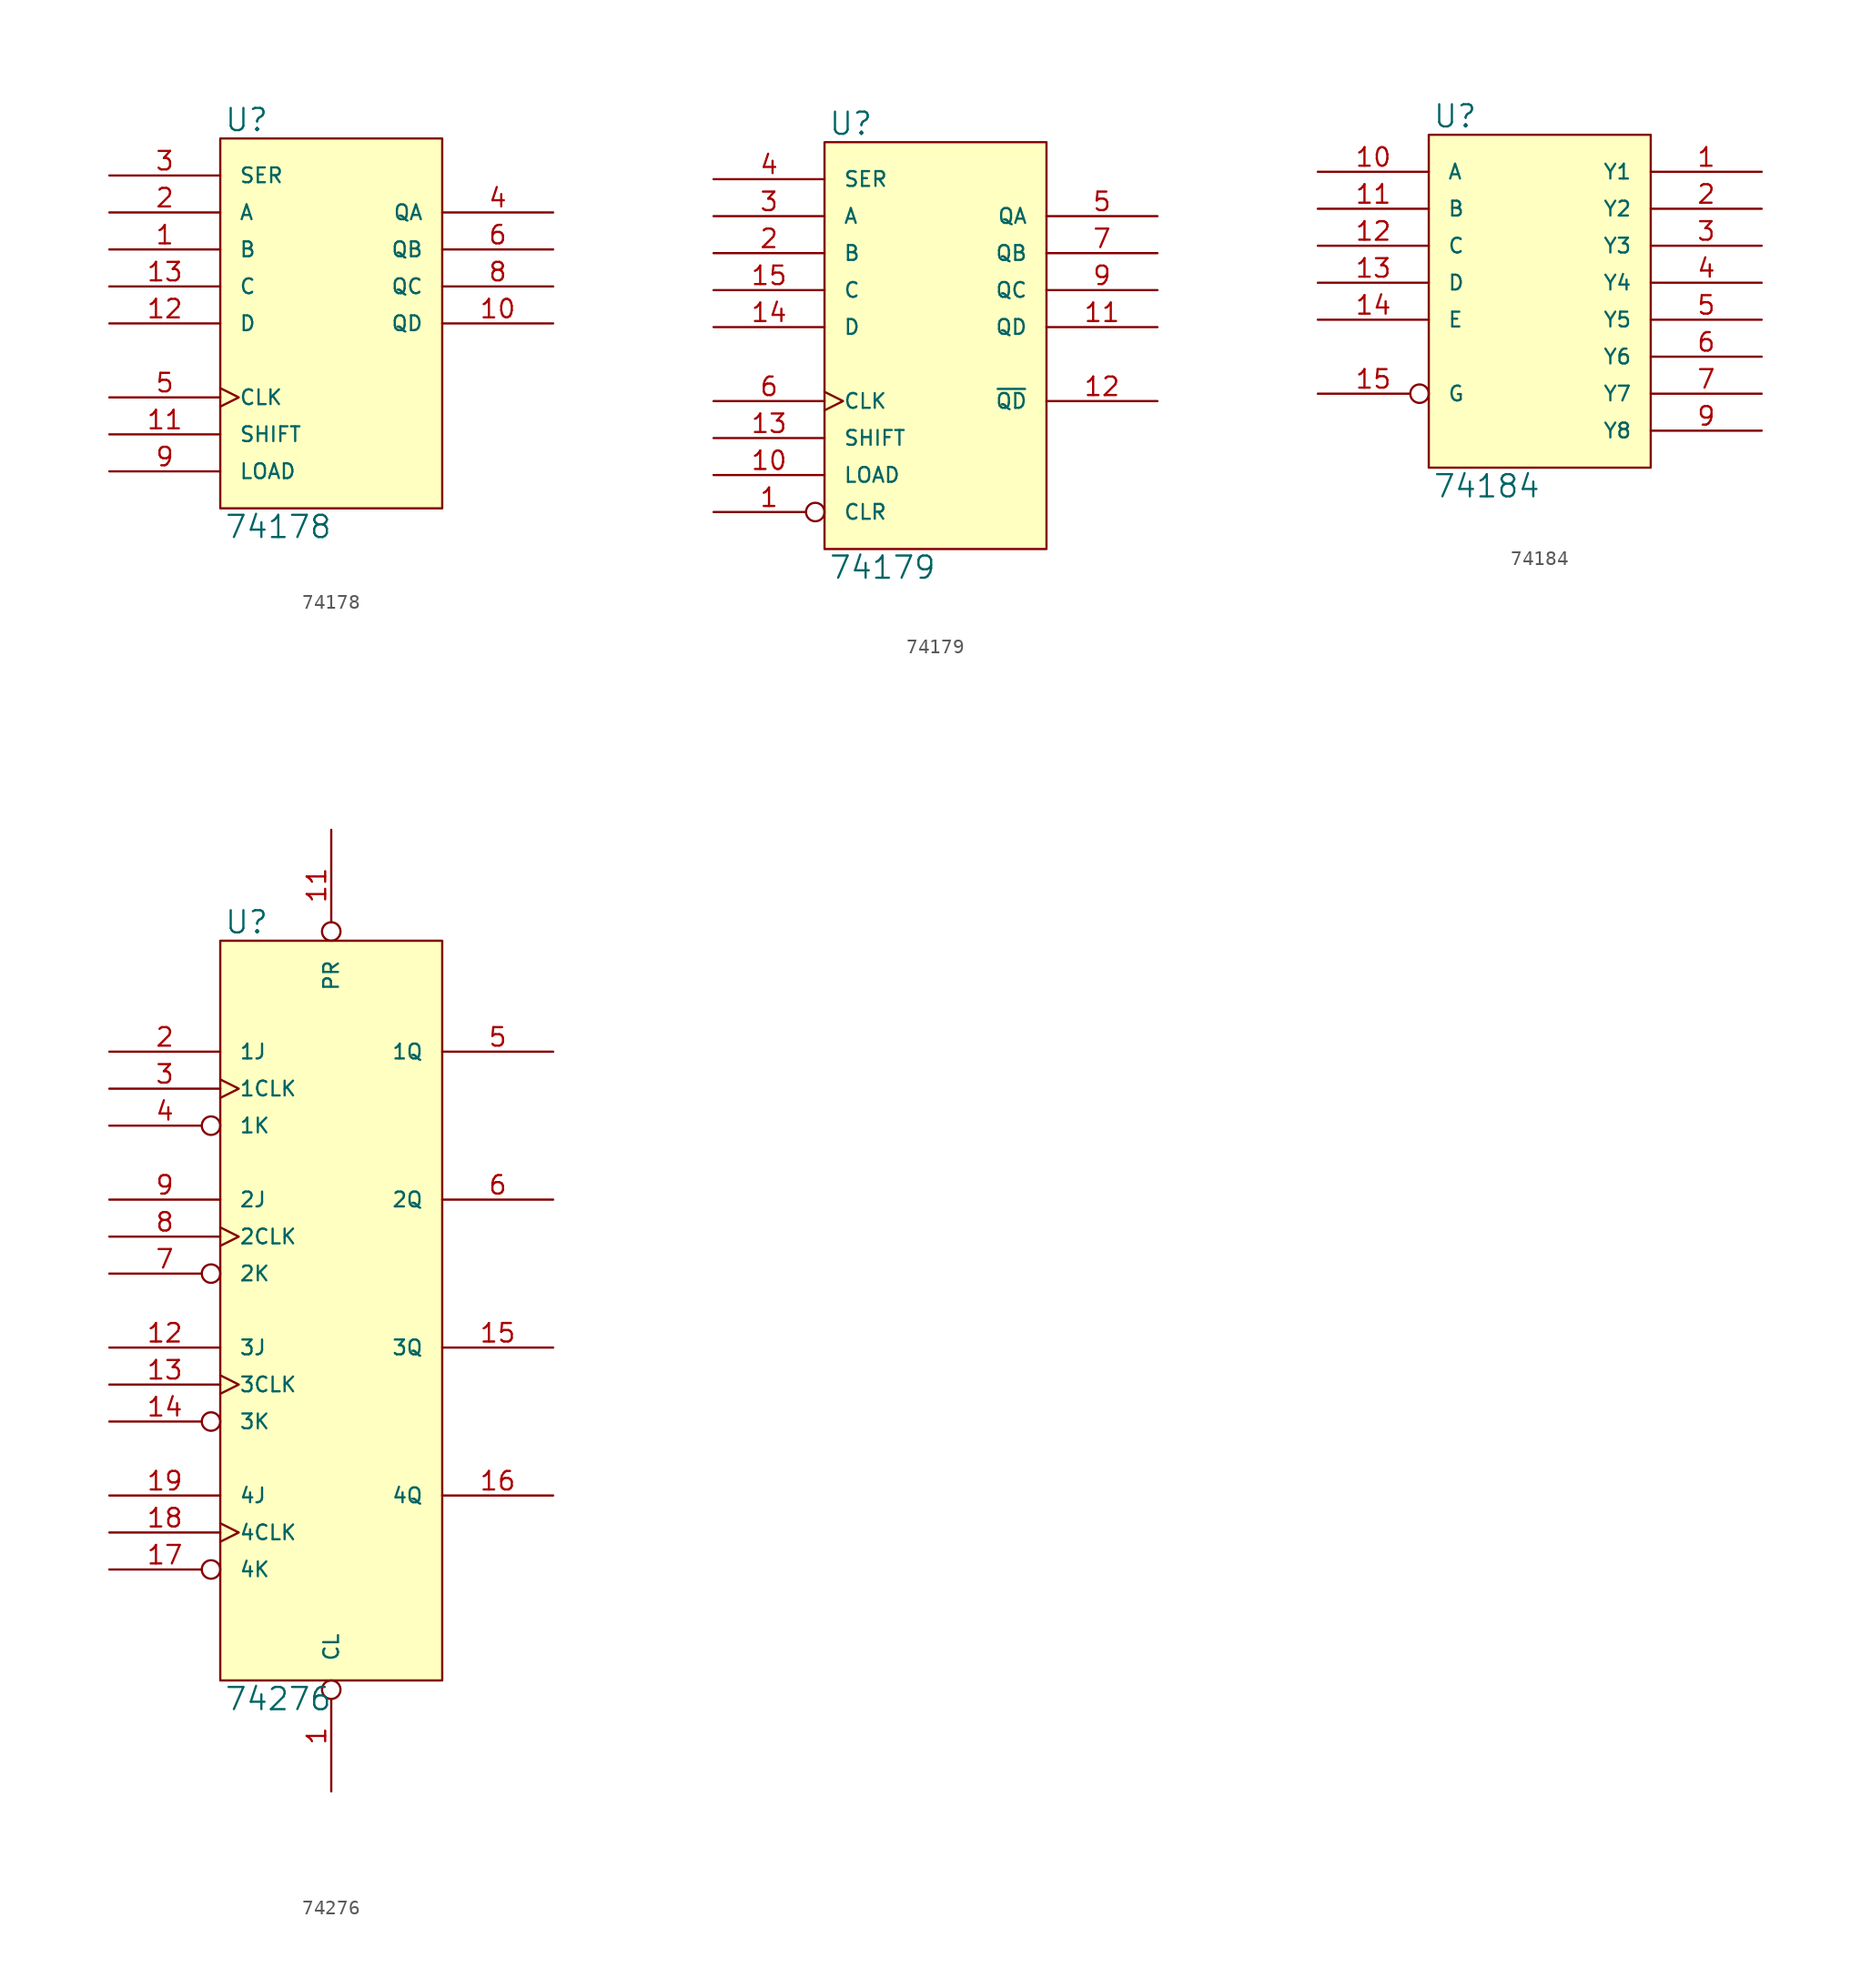
<source format=kicad_sym>
(kicad_symbol_lib
  (version 20231120)
  (generator "kicad_symbol_editor")
  (generator_version "8.0")
  (symbol "74178"
    (pin_names
      (offset 1.27))
    (property "Reference" "U"
      (at 0.254 0.381 0)
      (effects (font (size 1.524 1.524)) (justify left bottom)))
    (property "Value" "74178"
      (at 0.254 -25.781 0)
      (effects (font (size 1.524 1.524)) (justify left top)))
    (symbol "74178_0_1"
      (rectangle (start 0 0) (end 15.24 -25.4) (stroke (width 0) (type solid)) (fill (type background))))
    (symbol "74178_1_1"
      (pin input line (at -7.62 -7.62 0) (length 7.62) (name "B" (effects (font (size 1.016 1.016)))) (number "1" (effects (font (size 1.27 1.27)))))
      (pin output line (at 22.86 -12.7 180) (length 7.62) (name "QD" (effects (font (size 1.016 1.016)))) (number "10" (effects (font (size 1.27 1.27)))))
      (pin input line (at -7.62 -20.32 0) (length 7.62) (name "SHIFT" (effects (font (size 1.016 1.016)))) (number "11" (effects (font (size 1.27 1.27)))))
      (pin input line (at -7.62 -12.7 0) (length 7.62) (name "D" (effects (font (size 1.016 1.016)))) (number "12" (effects (font (size 1.27 1.27)))))
      (pin input line (at -7.62 -10.16 0) (length 7.62) (name "C" (effects (font (size 1.016 1.016)))) (number "13" (effects (font (size 1.27 1.27)))))
      (pin power_in line (at 0 0 270) (length 0) hide (name "VCC" (effects (font (size 1.016 1.016)))) (number "14" (effects (font (size 1.27 1.27)))))
      (pin input line (at -7.62 -5.08 0) (length 7.62) (name "A" (effects (font (size 1.016 1.016)))) (number "2" (effects (font (size 1.27 1.27)))))
      (pin input line (at -7.62 -2.54 0) (length 7.62) (name "SER" (effects (font (size 1.016 1.016)))) (number "3" (effects (font (size 1.27 1.27)))))
      (pin output line (at 22.86 -5.08 180) (length 7.62) (name "QA" (effects (font (size 1.016 1.016)))) (number "4" (effects (font (size 1.27 1.27)))))
      (pin input clock (at -7.62 -17.78 0) (length 7.62) (name "CLK" (effects (font (size 1.016 1.016)))) (number "5" (effects (font (size 1.27 1.27)))))
      (pin output line (at 22.86 -7.62 180) (length 7.62) (name "QB" (effects (font (size 1.016 1.016)))) (number "6" (effects (font (size 1.27 1.27)))))
      (pin power_in line (at 0 -25.4 90) (length 0) hide (name "GND" (effects (font (size 1.016 1.016)))) (number "7" (effects (font (size 1.27 1.27)))))
      (pin output line (at 22.86 -10.16 180) (length 7.62) (name "QC" (effects (font (size 1.016 1.016)))) (number "8" (effects (font (size 1.27 1.27)))))
      (pin input line (at -7.62 -22.86 0) (length 7.62) (name "LOAD" (effects (font (size 1.016 1.016)))) (number "9" (effects (font (size 1.27 1.27)))))))
  (symbol "74179"
    (pin_names
      (offset 1.27))
    (property "Reference" "U"
      (at 0.254 0.381 0)
      (effects (font (size 1.524 1.524)) (justify left bottom)))
    (property "Value" "74179"
      (at 0.254 -28.321 0)
      (effects (font (size 1.524 1.524)) (justify left top)))
    (symbol "74179_0_1"
      (rectangle (start 0 0) (end 15.24 -27.94) (stroke (width 0) (type solid)) (fill (type background))))
    (symbol "74179_1_1"
      (pin input inverted (at -7.62 -25.4 0) (length 7.62) (name "CLR" (effects (font (size 1.016 1.016)))) (number "1" (effects (font (size 1.27 1.27)))))
      (pin input line (at -7.62 -22.86 0) (length 7.62) (name "LOAD" (effects (font (size 1.016 1.016)))) (number "10" (effects (font (size 1.27 1.27)))))
      (pin output line (at 22.86 -12.7 180) (length 7.62) (name "QD" (effects (font (size 1.016 1.016)))) (number "11" (effects (font (size 1.27 1.27)))))
      (pin output line (at 22.86 -17.78 180) (length 7.62) (name "~{QD}" (effects (font (size 1.016 1.016)))) (number "12" (effects (font (size 1.27 1.27)))))
      (pin input line (at -7.62 -20.32 0) (length 7.62) (name "SHIFT" (effects (font (size 1.016 1.016)))) (number "13" (effects (font (size 1.27 1.27)))))
      (pin input line (at -7.62 -12.7 0) (length 7.62) (name "D" (effects (font (size 1.016 1.016)))) (number "14" (effects (font (size 1.27 1.27)))))
      (pin input line (at -7.62 -10.16 0) (length 7.62) (name "C" (effects (font (size 1.016 1.016)))) (number "15" (effects (font (size 1.27 1.27)))))
      (pin power_in line (at 0 0 270) (length 0) hide (name "VCC" (effects (font (size 1.016 1.016)))) (number "16" (effects (font (size 1.27 1.27)))))
      (pin input line (at -7.62 -7.62 0) (length 7.62) (name "B" (effects (font (size 1.016 1.016)))) (number "2" (effects (font (size 1.27 1.27)))))
      (pin input line (at -7.62 -5.08 0) (length 7.62) (name "A" (effects (font (size 1.016 1.016)))) (number "3" (effects (font (size 1.27 1.27)))))
      (pin input line (at -7.62 -2.54 0) (length 7.62) (name "SER" (effects (font (size 1.016 1.016)))) (number "4" (effects (font (size 1.27 1.27)))))
      (pin output line (at 22.86 -5.08 180) (length 7.62) (name "QA" (effects (font (size 1.016 1.016)))) (number "5" (effects (font (size 1.27 1.27)))))
      (pin input clock (at -7.62 -17.78 0) (length 7.62) (name "CLK" (effects (font (size 1.016 1.016)))) (number "6" (effects (font (size 1.27 1.27)))))
      (pin output line (at 22.86 -7.62 180) (length 7.62) (name "QB" (effects (font (size 1.016 1.016)))) (number "7" (effects (font (size 1.27 1.27)))))
      (pin power_in line (at 0 -27.94 90) (length 0) hide (name "GND" (effects (font (size 1.016 1.016)))) (number "8" (effects (font (size 1.27 1.27)))))
      (pin output line (at 22.86 -10.16 180) (length 7.62) (name "QC" (effects (font (size 1.016 1.016)))) (number "9" (effects (font (size 1.27 1.27)))))))
  (symbol "74184"
    (pin_names
      (offset 1.27))
    (property "Reference" "U"
      (at 0.254 0.381 0)
      (effects (font (size 1.524 1.524)) (justify left bottom)))
    (property "Value" "74184"
      (at 0.254 -23.241 0)
      (effects (font (size 1.524 1.524)) (justify left top)))
    (symbol "74184_0_1"
      (rectangle (start 0 0) (end 15.24 -22.86) (stroke (width 0) (type solid)) (fill (type background))))
    (symbol "74184_1_1"
      (pin output line (at 22.86 -2.54 180) (length 7.62) (name "Y1" (effects (font (size 1.016 1.016)))) (number "1" (effects (font (size 1.27 1.27)))))
      (pin input line (at -7.62 -2.54 0) (length 7.62) (name "A" (effects (font (size 1.016 1.016)))) (number "10" (effects (font (size 1.27 1.27)))))
      (pin input line (at -7.62 -5.08 0) (length 7.62) (name "B" (effects (font (size 1.016 1.016)))) (number "11" (effects (font (size 1.27 1.27)))))
      (pin input line (at -7.62 -7.62 0) (length 7.62) (name "C" (effects (font (size 1.016 1.016)))) (number "12" (effects (font (size 1.27 1.27)))))
      (pin input line (at -7.62 -10.16 0) (length 7.62) (name "D" (effects (font (size 1.016 1.016)))) (number "13" (effects (font (size 1.27 1.27)))))
      (pin input line (at -7.62 -12.7 0) (length 7.62) (name "E" (effects (font (size 1.016 1.016)))) (number "14" (effects (font (size 1.27 1.27)))))
      (pin input inverted (at -7.62 -17.78 0) (length 7.62) (name "G" (effects (font (size 1.016 1.016)))) (number "15" (effects (font (size 1.27 1.27)))))
      (pin power_in line (at 0 0 270) (length 0) hide (name "VCC" (effects (font (size 1.016 1.016)))) (number "16" (effects (font (size 1.27 1.27)))))
      (pin output line (at 22.86 -5.08 180) (length 7.62) (name "Y2" (effects (font (size 1.016 1.016)))) (number "2" (effects (font (size 1.27 1.27)))))
      (pin output line (at 22.86 -7.62 180) (length 7.62) (name "Y3" (effects (font (size 1.016 1.016)))) (number "3" (effects (font (size 1.27 1.27)))))
      (pin output line (at 22.86 -10.16 180) (length 7.62) (name "Y4" (effects (font (size 1.016 1.016)))) (number "4" (effects (font (size 1.27 1.27)))))
      (pin output line (at 22.86 -12.7 180) (length 7.62) (name "Y5" (effects (font (size 1.016 1.016)))) (number "5" (effects (font (size 1.27 1.27)))))
      (pin output line (at 22.86 -15.24 180) (length 7.62) (name "Y6" (effects (font (size 1.016 1.016)))) (number "6" (effects (font (size 1.27 1.27)))))
      (pin output line (at 22.86 -17.78 180) (length 7.62) (name "Y7" (effects (font (size 1.016 1.016)))) (number "7" (effects (font (size 1.27 1.27)))))
      (pin power_in line (at 0 -22.86 90) (length 0) hide (name "GND" (effects (font (size 1.016 1.016)))) (number "8" (effects (font (size 1.27 1.27)))))
      (pin output line (at 22.86 -20.32 180) (length 7.62) (name "Y8" (effects (font (size 1.016 1.016)))) (number "9" (effects (font (size 1.27 1.27)))))))
  (symbol "74276"
    (pin_names
      (offset 1.27))
    (property "Reference" "U"
      (at 0.254 0.381 0)
      (effects (font (size 1.524 1.524)) (justify left bottom)))
    (property "Value" "74276"
      (at 0.254 -51.181 0)
      (effects (font (size 1.524 1.524)) (justify left top)))
    (symbol "74276_0_1"
      (rectangle (start 0 0) (end 15.24 -50.8) (stroke (width 0) (type solid)) (fill (type background))))
    (symbol "74276_1_1"
      (pin input inverted (at 7.62 -58.42 90) (length 7.62) (name "CL" (effects (font (size 1.016 1.016)))) (number "1" (effects (font (size 1.27 1.27)))))
      (pin power_in line (at 0 -50.8 90) (length 0) hide (name "GND" (effects (font (size 1.016 1.016)))) (number "10" (effects (font (size 1.27 1.27)))))
      (pin input inverted (at 7.62 7.62 270) (length 7.62) (name "PR" (effects (font (size 1.016 1.016)))) (number "11" (effects (font (size 1.27 1.27)))))
      (pin input line (at -7.62 -27.94 0) (length 7.62) (name "3J" (effects (font (size 1.016 1.016)))) (number "12" (effects (font (size 1.27 1.27)))))
      (pin input clock (at -7.62 -30.48 0) (length 7.62) (name "3CLK" (effects (font (size 1.016 1.016)))) (number "13" (effects (font (size 1.27 1.27)))))
      (pin input inverted (at -7.62 -33.02 0) (length 7.62) (name "3K" (effects (font (size 1.016 1.016)))) (number "14" (effects (font (size 1.27 1.27)))))
      (pin output line (at 22.86 -27.94 180) (length 7.62) (name "3Q" (effects (font (size 1.016 1.016)))) (number "15" (effects (font (size 1.27 1.27)))))
      (pin output line (at 22.86 -38.1 180) (length 7.62) (name "4Q" (effects (font (size 1.016 1.016)))) (number "16" (effects (font (size 1.27 1.27)))))
      (pin input inverted (at -7.62 -43.18 0) (length 7.62) (name "4K" (effects (font (size 1.016 1.016)))) (number "17" (effects (font (size 1.27 1.27)))))
      (pin input clock (at -7.62 -40.64 0) (length 7.62) (name "4CLK" (effects (font (size 1.016 1.016)))) (number "18" (effects (font (size 1.27 1.27)))))
      (pin input line (at -7.62 -38.1 0) (length 7.62) (name "4J" (effects (font (size 1.016 1.016)))) (number "19" (effects (font (size 1.27 1.27)))))
      (pin input line (at -7.62 -7.62 0) (length 7.62) (name "1J" (effects (font (size 1.016 1.016)))) (number "2" (effects (font (size 1.27 1.27)))))
      (pin power_in line (at 0 0 270) (length 0) hide (name "VCC" (effects (font (size 1.016 1.016)))) (number "20" (effects (font (size 1.27 1.27)))))
      (pin input clock (at -7.62 -10.16 0) (length 7.62) (name "1CLK" (effects (font (size 1.016 1.016)))) (number "3" (effects (font (size 1.27 1.27)))))
      (pin input inverted (at -7.62 -12.7 0) (length 7.62) (name "1K" (effects (font (size 1.016 1.016)))) (number "4" (effects (font (size 1.27 1.27)))))
      (pin output line (at 22.86 -7.62 180) (length 7.62) (name "1Q" (effects (font (size 1.016 1.016)))) (number "5" (effects (font (size 1.27 1.27)))))
      (pin output line (at 22.86 -17.78 180) (length 7.62) (name "2Q" (effects (font (size 1.016 1.016)))) (number "6" (effects (font (size 1.27 1.27)))))
      (pin input inverted (at -7.62 -22.86 0) (length 7.62) (name "2K" (effects (font (size 1.016 1.016)))) (number "7" (effects (font (size 1.27 1.27)))))
      (pin input clock (at -7.62 -20.32 0) (length 7.62) (name "2CLK" (effects (font (size 1.016 1.016)))) (number "8" (effects (font (size 1.27 1.27)))))
      (pin input line (at -7.62 -17.78 0) (length 7.62) (name "2J" (effects (font (size 1.016 1.016)))) (number "9" (effects (font (size 1.27 1.27))))))))
</source>
